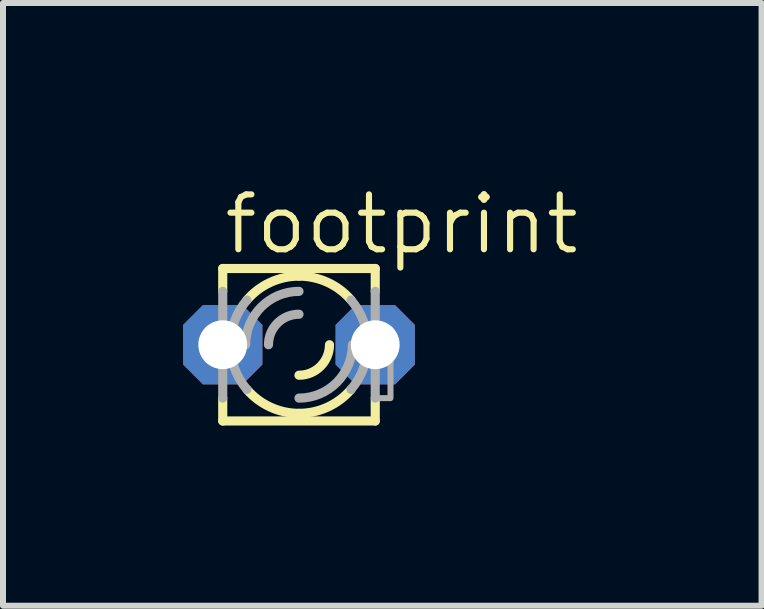
<source format=kicad_pcb>
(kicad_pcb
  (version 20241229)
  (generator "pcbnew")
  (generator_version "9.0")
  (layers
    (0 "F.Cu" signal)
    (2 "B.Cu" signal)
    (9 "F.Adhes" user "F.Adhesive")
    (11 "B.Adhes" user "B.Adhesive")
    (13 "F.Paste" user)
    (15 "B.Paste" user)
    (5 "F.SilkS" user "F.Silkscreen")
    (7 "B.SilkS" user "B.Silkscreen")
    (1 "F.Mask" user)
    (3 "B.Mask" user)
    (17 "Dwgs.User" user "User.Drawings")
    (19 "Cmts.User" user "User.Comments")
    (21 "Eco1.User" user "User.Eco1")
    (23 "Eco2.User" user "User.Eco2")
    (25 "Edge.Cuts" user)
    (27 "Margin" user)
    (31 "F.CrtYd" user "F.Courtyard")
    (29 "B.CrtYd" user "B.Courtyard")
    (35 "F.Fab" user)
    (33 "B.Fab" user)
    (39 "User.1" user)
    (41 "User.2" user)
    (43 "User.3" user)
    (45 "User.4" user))
  (footprint "footprint"
    (layer "F.Cu")
    (at 1.93 2.692)
    (property "Reference" "footprint" (at -1.295 -1.473 0) (layer "F.SilkS") (effects (font (size 0.914 0.914) (thickness 0.102)) (justify left bottom)))
    (fp_line (start -1.27 -1.27) (end -1.27 -0.889) (stroke (width 0.152) (type solid)) (layer "F.SilkS"))
    (fp_line (start -1.27 -1.27) (end 1.27 -1.27) (stroke (width 0.152) (type solid)) (layer "F.SilkS"))
    (fp_line (start -1.27 1.27) (end -1.27 0.889) (stroke (width 0.152) (type solid)) (layer "F.SilkS"))
    (fp_line (start -1.27 1.27) (end 1.27 1.27) (stroke (width 0.152) (type solid)) (layer "F.SilkS"))
    (fp_line (start 1.27 -1.27) (end 1.27 -0.889) (stroke (width 0.152) (type solid)) (layer "F.SilkS"))
    (fp_line (start 1.27 1.27) (end 1.27 0.889) (stroke (width 0.152) (type solid)) (layer "F.SilkS"))
    (fp_arc (start -0.8678 -0.7439) (mid -0.477588 -1.038445) (end 0 -1.143001) (stroke (width 0.1524) (type solid)) (layer "F.SilkS"))
    (fp_arc (start 0 -1.143) (mid 0.477588 -1.038444) (end 0.8678 -0.743899) (stroke (width 0.1524) (type solid)) (layer "F.SilkS"))
    (fp_arc (start 0 1.143001) (mid -0.477588 1.038445) (end -0.8678 0.7439) (stroke (width 0.1524) (type solid)) (layer "F.SilkS"))
    (fp_arc (start 0.508 0) (mid 0.35921 0.35921) (end 0 0.508) (stroke (width 0.1524) (type solid)) (layer "F.SilkS"))
    (fp_arc (start 0.8678 0.743899) (mid 0.477588 1.038444) (end 0 1.143) (stroke (width 0.1524) (type solid)) (layer "F.SilkS"))
    (fp_line (start -1.27 0.889) (end -1.27 -0.889) (stroke (width 0.152) (type solid)) (layer "F.Fab"))
    (fp_line (start 1.27 -0.889) (end 1.27 0.889) (stroke (width 0.152) (type solid)) (layer "F.Fab"))
    (fp_arc (start -1.143 0) (mid -1.071996 -0.396587) (end -0.8678 -0.7439) (stroke (width 0.1524) (type solid)) (layer "F.Fab"))
    (fp_arc (start -0.889 0) (mid -0.628618 -0.628618) (end 0 -0.889) (stroke (width 0.1524) (type solid)) (layer "F.Fab"))
    (fp_arc (start -0.8678 0.7439) (mid -1.071996 0.396587) (end -1.143 0) (stroke (width 0.1524) (type solid)) (layer "F.Fab"))
    (fp_arc (start -0.508 0) (mid -0.35921 -0.35921) (end 0 -0.508) (stroke (width 0.1524) (type solid)) (layer "F.Fab"))
    (fp_arc (start 0.8678 -0.7439) (mid 1.071996 -0.396587) (end 1.143 0) (stroke (width 0.1524) (type solid)) (layer "F.Fab"))
    (fp_arc (start 0.889 0) (mid 0.628618 0.628618) (end 0 0.889) (stroke (width 0.1524) (type solid)) (layer "F.Fab"))
    (fp_arc (start 1.143 0) (mid 1.071996 0.396587) (end 0.8678 0.7439) (stroke (width 0.1524) (type solid)) (layer "F.Fab"))
    (fp_poly (pts (xy -1.524 0.254) (xy -1.27 0.254) (xy -1.27 -0.254) (xy -1.524 -0.254)) (stroke (width 0.1) (type solid)) (fill no) (layer "F.Fab"))
    (fp_poly (pts (xy 1.27 0.889) (xy 1.524 0.889) (xy 1.524 -0.254) (xy 1.27 -0.254)) (stroke (width 0.1) (type solid)) (fill no) (layer "F.Fab"))
    (pad "A" thru_hole roundrect (at -1.27 0) (size 1.321 1.321) (drill 0.813) (layers "*.Cu" "*.Mask") (roundrect_rratio 0.25) (chamfer_ratio 0.25) (chamfer top_left top_right bottom_left bottom_right))
    (pad "K" thru_hole roundrect (at 1.27 0) (size 1.321 1.321) (drill 0.813) (layers "*.Cu" "*.Mask") (roundrect_rratio 0.25) (chamfer_ratio 0.25) (chamfer top_left top_right bottom_left bottom_right)))
  (gr_rect
    (start -3 -3)
    (end 9.635 7.039)
    (stroke (width 0.1) (type default))
    (fill no)
    (layer "Edge.Cuts")))
</source>
